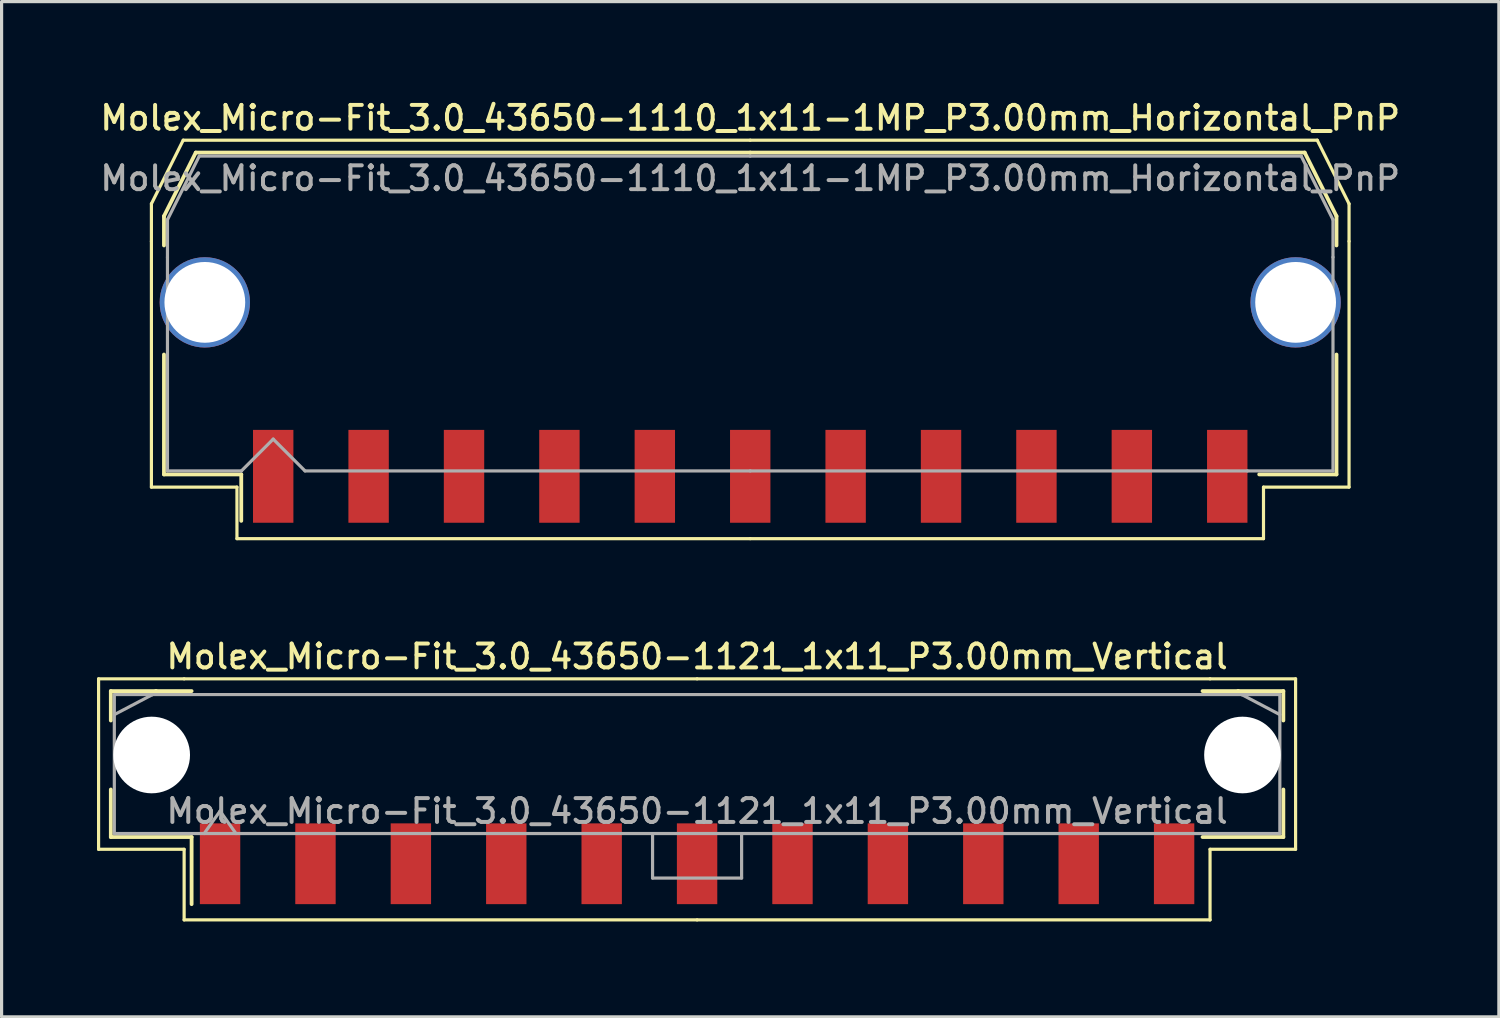
<source format=kicad_pcb>
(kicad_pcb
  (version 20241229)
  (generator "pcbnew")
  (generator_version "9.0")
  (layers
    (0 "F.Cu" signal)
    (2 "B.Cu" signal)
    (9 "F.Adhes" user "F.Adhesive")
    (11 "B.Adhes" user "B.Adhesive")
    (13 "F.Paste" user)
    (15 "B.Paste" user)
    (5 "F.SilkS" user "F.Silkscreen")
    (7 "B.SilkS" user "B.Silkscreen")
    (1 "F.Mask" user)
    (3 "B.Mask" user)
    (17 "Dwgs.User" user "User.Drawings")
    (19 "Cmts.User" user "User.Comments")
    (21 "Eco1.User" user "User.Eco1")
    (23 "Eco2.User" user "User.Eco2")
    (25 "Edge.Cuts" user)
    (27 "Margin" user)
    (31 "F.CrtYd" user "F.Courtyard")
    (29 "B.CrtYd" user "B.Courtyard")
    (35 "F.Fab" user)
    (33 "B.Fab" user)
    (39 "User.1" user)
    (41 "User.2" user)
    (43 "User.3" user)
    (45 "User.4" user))
  (footprint "Molex_Micro-Fit_3.0_43650-1110_1x11-1MP_P3.00mm_Horizontal_PnP"
    (layer "F.Cu")
    (at 20.541 6.808)
    (property "Reference" "Molex_Micro-Fit_3.0_43650-1110_1x11-1MP_P3.00mm_Horizontal_PnP" (at 0 -6.15 0) (layer "F.SilkS") (effects (font (size 0.75 0.75) (thickness 0.125))))
    (attr smd)
    (fp_line (start -18.83 -3.45) (end -18.83 -2.27) (stroke (width 0.1) (type solid)) (layer "F.SilkS"))
    (fp_line (start -18.83 -2.27) (end -18.83 5.46) (stroke (width 0.1) (type solid)) (layer "F.SilkS"))
    (fp_line (start -18.83 5.46) (end -16.14 5.46) (stroke (width 0.1) (type solid)) (layer "F.SilkS"))
    (fp_line (start -18.435 -3.06) (end -18.435 -2.14) (stroke (width 0.12) (type solid)) (layer "F.SilkS"))
    (fp_line (start -18.435 1.29) (end -18.435 5.06) (stroke (width 0.12) (type solid)) (layer "F.SilkS"))
    (fp_line (start -18.435 5.06) (end -16.005 5.06) (stroke (width 0.12) (type solid)) (layer "F.SilkS"))
    (fp_line (start -17.83 -5.45) (end -18.83 -3.45) (stroke (width 0.1) (type solid)) (layer "F.SilkS"))
    (fp_line (start -17.435 -5.06) (end -18.435 -3.06) (stroke (width 0.12) (type solid)) (layer "F.SilkS"))
    (fp_line (start -16.14 5.46) (end -16.14 7.08) (stroke (width 0.1) (type solid)) (layer "F.SilkS"))
    (fp_line (start -16.14 7.08) (end 0 7.08) (stroke (width 0.1) (type solid)) (layer "F.SilkS"))
    (fp_line (start -16.005 5.06) (end -16.005 6.52) (stroke (width 0.12) (type solid)) (layer "F.SilkS"))
    (fp_line (start 0 -5.45) (end -17.83 -5.45) (stroke (width 0.1) (type solid)) (layer "F.SilkS"))
    (fp_line (start 0 -5.45) (end 17.83 -5.45) (stroke (width 0.1) (type solid)) (layer "F.SilkS"))
    (fp_line (start 0 -5.06) (end -17.435 -5.06) (stroke (width 0.12) (type solid)) (layer "F.SilkS"))
    (fp_line (start 0 -5.06) (end 17.435 -5.06) (stroke (width 0.12) (type solid)) (layer "F.SilkS"))
    (fp_line (start 16.14 5.46) (end 16.14 7.08) (stroke (width 0.1) (type solid)) (layer "F.SilkS"))
    (fp_line (start 16.14 7.08) (end 0 7.08) (stroke (width 0.1) (type solid)) (layer "F.SilkS"))
    (fp_line (start 17.435 -5.06) (end 18.435 -3.06) (stroke (width 0.12) (type solid)) (layer "F.SilkS"))
    (fp_line (start 17.83 -5.45) (end 18.83 -3.45) (stroke (width 0.1) (type solid)) (layer "F.SilkS"))
    (fp_line (start 18.435 -3.06) (end 18.435 -2.14) (stroke (width 0.12) (type solid)) (layer "F.SilkS"))
    (fp_line (start 18.435 1.29) (end 18.435 5.06) (stroke (width 0.12) (type solid)) (layer "F.SilkS"))
    (fp_line (start 18.435 5.06) (end 16.005 5.06) (stroke (width 0.12) (type solid)) (layer "F.SilkS"))
    (fp_line (start 18.83 -3.45) (end 18.83 -2.27) (stroke (width 0.1) (type solid)) (layer "F.SilkS"))
    (fp_line (start 18.83 -2.27) (end 18.83 5.46) (stroke (width 0.1) (type solid)) (layer "F.SilkS"))
    (fp_line (start 18.83 5.46) (end 16.14 5.46) (stroke (width 0.1) (type solid)) (layer "F.SilkS"))
    (fp_line (start -18.325 -2.95) (end -18.325 -1.77) (stroke (width 0.1) (type solid)) (layer "F.Fab"))
    (fp_line (start -18.325 -1.77) (end -18.325 4.95) (stroke (width 0.1) (type solid)) (layer "F.Fab"))
    (fp_line (start -18.325 4.95) (end -16 4.95) (stroke (width 0.1) (type solid)) (layer "F.Fab"))
    (fp_line (start -17.325 -4.95) (end -18.325 -2.95) (stroke (width 0.1) (type solid)) (layer "F.Fab"))
    (fp_line (start -16 4.95) (end -15 3.95) (stroke (width 0.1) (type solid)) (layer "F.Fab"))
    (fp_line (start -15 3.95) (end -14 4.95) (stroke (width 0.1) (type solid)) (layer "F.Fab"))
    (fp_line (start -14 4.95) (end 0 4.95) (stroke (width 0.1) (type solid)) (layer "F.Fab"))
    (fp_line (start 0 -4.95) (end -17.325 -4.95) (stroke (width 0.1) (type solid)) (layer "F.Fab"))
    (fp_line (start 0 -4.95) (end 17.325 -4.95) (stroke (width 0.1) (type solid)) (layer "F.Fab"))
    (fp_line (start 15.635 4.95) (end 0 4.95) (stroke (width 0.1) (type solid)) (layer "F.Fab"))
    (fp_line (start 17.325 -4.95) (end 18.325 -2.95) (stroke (width 0.1) (type solid)) (layer "F.Fab"))
    (fp_line (start 18.325 -2.95) (end 18.325 -1.77) (stroke (width 0.1) (type solid)) (layer "F.Fab"))
    (fp_line (start 18.325 -1.77) (end 18.325 4.95) (stroke (width 0.1) (type solid)) (layer "F.Fab"))
    (fp_line (start 18.325 4.95) (end 15.635 4.95) (stroke (width 0.1) (type solid)) (layer "F.Fab"))
    (fp_text user "${REFERENCE}" (at 0 -4.25 0) (layer "F.Fab") (effects (font (size 0.75 0.75) (thickness 0.125))))
    (pad "1" smd rect (at -15 5.12) (size 1.27 2.92) (layers "F.Cu" "F.Mask" "F.Paste"))
    (pad "2" smd rect (at -12 5.12) (size 1.27 2.92) (layers "F.Cu" "F.Mask" "F.Paste"))
    (pad "3" smd rect (at -9 5.12) (size 1.27 2.92) (layers "F.Cu" "F.Mask" "F.Paste"))
    (pad "4" smd rect (at -6 5.12) (size 1.27 2.92) (layers "F.Cu" "F.Mask" "F.Paste"))
    (pad "5" smd rect (at -3 5.12) (size 1.27 2.92) (layers "F.Cu" "F.Mask" "F.Paste"))
    (pad "6" smd rect (at 0 5.12) (size 1.27 2.92) (layers "F.Cu" "F.Mask" "F.Paste"))
    (pad "7" smd rect (at 3 5.12) (size 1.27 2.92) (layers "F.Cu" "F.Mask" "F.Paste"))
    (pad "8" smd rect (at 6 5.12) (size 1.27 2.92) (layers "F.Cu" "F.Mask" "F.Paste"))
    (pad "9" smd rect (at 9 5.12) (size 1.27 2.92) (layers "F.Cu" "F.Mask" "F.Paste"))
    (pad "10" smd rect (at 12 5.12) (size 1.27 2.92) (layers "F.Cu" "F.Mask" "F.Paste"))
    (pad "11" smd rect (at 15 5.12) (size 1.27 2.92) (layers "F.Cu" "F.Mask" "F.Paste"))
    (pad "MP" thru_hole circle (at -17.15 -0.35) (size 2.84 2.84) (drill 2.54) (property pad_prop_heatsink) (layers "*.Cu" "*.Mask"))
    (pad "MP" thru_hole circle (at 17.15 -0.35) (size 2.84 2.84) (drill 2.54) (property pad_prop_heatsink) (layers "*.Cu" "*.Mask")))
  (footprint "Molex_Micro-Fit_3.0_43650-1121_1x11_P3.00mm_Vertical"
    (layer "F.Cu")
    (at 18.87 20.976)
    (property "Reference" "Molex_Micro-Fit_3.0_43650-1121_1x11_P3.00mm_Vertical" (at 0 -3.38 0) (layer "F.SilkS") (effects (font (size 0.75 0.75) (thickness 0.125))))
    (attr smd)
    (fp_line (start -18.82 -2.68) (end -18.82 2.68) (stroke (width 0.1) (type solid)) (layer "F.SilkS"))
    (fp_line (start -18.82 2.68) (end -16.13 2.68) (stroke (width 0.1) (type solid)) (layer "F.SilkS"))
    (fp_line (start -18.435 -2.295) (end -17.015 -2.295) (stroke (width 0.12) (type solid)) (layer "F.SilkS"))
    (fp_line (start -18.435 -1.37) (end -18.435 -2.295) (stroke (width 0.12) (type solid)) (layer "F.SilkS"))
    (fp_line (start -18.435 0.8) (end -18.435 2.295) (stroke (width 0.12) (type solid)) (layer "F.SilkS"))
    (fp_line (start -18.435 2.295) (end -15.895 2.295) (stroke (width 0.12) (type solid)) (layer "F.SilkS"))
    (fp_line (start -17.015 -2.295) (end -17.015 -2.295) (stroke (width 0.12) (type solid)) (layer "F.SilkS"))
    (fp_line (start -17.015 -2.295) (end -15.895 -2.295) (stroke (width 0.12) (type solid)) (layer "F.SilkS"))
    (fp_line (start -16.13 -2.68) (end -18.82 -2.68) (stroke (width 0.1) (type solid)) (layer "F.SilkS"))
    (fp_line (start -16.13 2.68) (end -16.13 4.9) (stroke (width 0.1) (type solid)) (layer "F.SilkS"))
    (fp_line (start -16.13 4.9) (end 0 4.9) (stroke (width 0.1) (type solid)) (layer "F.SilkS"))
    (fp_line (start -15.895 2.295) (end -15.895 4.405) (stroke (width 0.12) (type solid)) (layer "F.SilkS"))
    (fp_line (start 0 -2.68) (end -16.13 -2.68) (stroke (width 0.1) (type solid)) (layer "F.SilkS"))
    (fp_line (start 0 -2.68) (end 16.13 -2.68) (stroke (width 0.1) (type solid)) (layer "F.SilkS"))
    (fp_line (start 16.13 -2.68) (end 18.82 -2.68) (stroke (width 0.1) (type solid)) (layer "F.SilkS"))
    (fp_line (start 16.13 2.68) (end 16.13 4.9) (stroke (width 0.1) (type solid)) (layer "F.SilkS"))
    (fp_line (start 16.13 4.9) (end 0 4.9) (stroke (width 0.1) (type solid)) (layer "F.SilkS"))
    (fp_line (start 17.015 -2.295) (end 15.895 -2.295) (stroke (width 0.12) (type solid)) (layer "F.SilkS"))
    (fp_line (start 17.015 -2.295) (end 17.015 -2.295) (stroke (width 0.12) (type solid)) (layer "F.SilkS"))
    (fp_line (start 18.435 -2.295) (end 17.015 -2.295) (stroke (width 0.12) (type solid)) (layer "F.SilkS"))
    (fp_line (start 18.435 -1.37) (end 18.435 -2.295) (stroke (width 0.12) (type solid)) (layer "F.SilkS"))
    (fp_line (start 18.435 0.8) (end 18.435 2.295) (stroke (width 0.12) (type solid)) (layer "F.SilkS"))
    (fp_line (start 18.435 2.295) (end 15.895 2.295) (stroke (width 0.12) (type solid)) (layer "F.SilkS"))
    (fp_line (start 18.82 -2.68) (end 18.82 2.68) (stroke (width 0.1) (type solid)) (layer "F.SilkS"))
    (fp_line (start 18.82 2.68) (end 16.13 2.68) (stroke (width 0.1) (type solid)) (layer "F.SilkS"))
    (fp_line (start -18.325 -2.185) (end -18.325 2.185) (stroke (width 0.1) (type solid)) (layer "F.Fab"))
    (fp_line (start -18.325 -1.555) (end -17.125 -2.185) (stroke (width 0.1) (type solid)) (layer "F.Fab"))
    (fp_line (start -18.325 2.185) (end 18.325 2.185) (stroke (width 0.1) (type solid)) (layer "F.Fab"))
    (fp_line (start -17.125 -2.185) (end -18.325 -2.185) (stroke (width 0.1) (type solid)) (layer "F.Fab"))
    (fp_line (start -17.125 -2.185) (end -17.125 -2.185) (stroke (width 0.1) (type solid)) (layer "F.Fab"))
    (fp_line (start -15.5 2.185) (end -15 1.478) (stroke (width 0.1) (type solid)) (layer "F.Fab"))
    (fp_line (start -15 1.478) (end -14.5 2.185) (stroke (width 0.1) (type solid)) (layer "F.Fab"))
    (fp_line (start -1.4 2.185) (end -1.4 3.585) (stroke (width 0.1) (type solid)) (layer "F.Fab"))
    (fp_line (start -1.4 3.585) (end 1.4 3.585) (stroke (width 0.1) (type solid)) (layer "F.Fab"))
    (fp_line (start 1.4 3.585) (end 1.4 2.185) (stroke (width 0.1) (type solid)) (layer "F.Fab"))
    (fp_line (start 17.125 -2.185) (end -17.125 -2.185) (stroke (width 0.1) (type solid)) (layer "F.Fab"))
    (fp_line (start 17.125 -2.185) (end 17.125 -2.185) (stroke (width 0.1) (type solid)) (layer "F.Fab"))
    (fp_line (start 18.325 -2.185) (end 17.125 -2.185) (stroke (width 0.1) (type solid)) (layer "F.Fab"))
    (fp_line (start 18.325 -1.555) (end 17.125 -2.185) (stroke (width 0.1) (type solid)) (layer "F.Fab"))
    (fp_line (start 18.325 2.185) (end 18.325 -2.185) (stroke (width 0.1) (type solid)) (layer "F.Fab"))
    (fp_text user "${REFERENCE}" (at 0 1.48 0) (layer "F.Fab") (effects (font (size 0.75 0.75) (thickness 0.125))))
    (pad "" np_thru_hole circle (at -17.15 -0.285) (size 2.41 2.41) (drill 2.41) (layers "*.Cu" "*.Mask"))
    (pad "" np_thru_hole circle (at 17.15 -0.285) (size 2.41 2.41) (drill 2.41) (layers "*.Cu" "*.Mask"))
    (pad "1" smd rect (at -15 3.135) (size 1.27 2.54) (layers "F.Cu" "F.Mask" "F.Paste"))
    (pad "2" smd rect (at -12 3.135) (size 1.27 2.54) (layers "F.Cu" "F.Mask" "F.Paste"))
    (pad "3" smd rect (at -9 3.135) (size 1.27 2.54) (layers "F.Cu" "F.Mask" "F.Paste"))
    (pad "4" smd rect (at -6 3.135) (size 1.27 2.54) (layers "F.Cu" "F.Mask" "F.Paste"))
    (pad "5" smd rect (at -3 3.135) (size 1.27 2.54) (layers "F.Cu" "F.Mask" "F.Paste"))
    (pad "6" smd rect (at 0 3.135) (size 1.27 2.54) (layers "F.Cu" "F.Mask" "F.Paste"))
    (pad "7" smd rect (at 3 3.135) (size 1.27 2.54) (layers "F.Cu" "F.Mask" "F.Paste"))
    (pad "8" smd rect (at 6 3.135) (size 1.27 2.54) (layers "F.Cu" "F.Mask" "F.Paste"))
    (pad "9" smd rect (at 9 3.135) (size 1.27 2.54) (layers "F.Cu" "F.Mask" "F.Paste"))
    (pad "10" smd rect (at 12 3.135) (size 1.27 2.54) (layers "F.Cu" "F.Mask" "F.Paste"))
    (pad "11" smd rect (at 15 3.135) (size 1.27 2.54) (layers "F.Cu" "F.Mask" "F.Paste")))
  (gr_rect
    (start -3 -3)
    (end 44.082 28.926)
    (stroke (width 0.1) (type default))
    (fill no)
    (layer "Edge.Cuts")))
</source>
